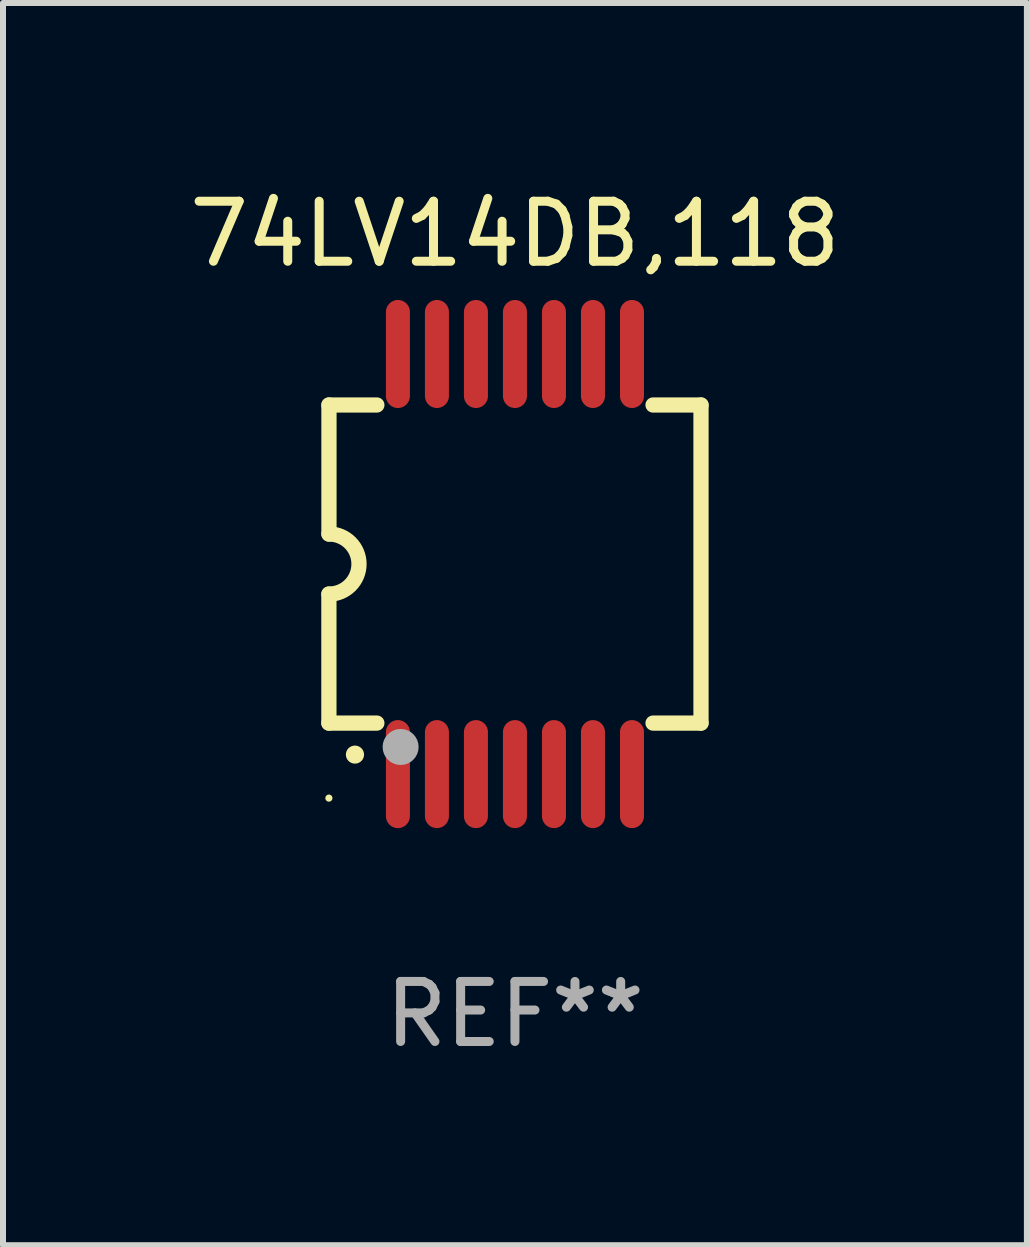
<source format=kicad_pcb>
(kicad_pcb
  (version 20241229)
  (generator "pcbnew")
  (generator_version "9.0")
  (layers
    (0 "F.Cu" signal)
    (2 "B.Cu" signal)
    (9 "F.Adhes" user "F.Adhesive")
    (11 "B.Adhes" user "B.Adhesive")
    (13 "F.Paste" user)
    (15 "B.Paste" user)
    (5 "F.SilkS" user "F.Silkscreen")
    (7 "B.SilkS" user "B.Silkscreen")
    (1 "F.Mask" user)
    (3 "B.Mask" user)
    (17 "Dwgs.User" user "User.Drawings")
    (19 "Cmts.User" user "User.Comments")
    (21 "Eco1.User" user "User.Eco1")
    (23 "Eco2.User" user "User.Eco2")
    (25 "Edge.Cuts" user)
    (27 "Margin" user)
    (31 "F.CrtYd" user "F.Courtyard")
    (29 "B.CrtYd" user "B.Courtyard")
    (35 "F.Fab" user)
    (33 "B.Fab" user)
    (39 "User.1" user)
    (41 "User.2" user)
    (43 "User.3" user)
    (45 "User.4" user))
  (footprint "74LV14DB,118"
    (layer "F.Cu")
    (at 5.53 6.348)
    (property "Reference" "74LV14DB,118" (at 0 -5.5 0) (layer "F.SilkS") (effects (font (size 1 1) (thickness 0.15))))
    (attr through_hole)
    (fp_line (start -3.1 2.65) (end -3.1 0.5) (stroke (width 0.254) (type solid)) (layer "F.SilkS"))
    (fp_line (start -3.099 -2.65) (end -2.301 -2.65) (stroke (width 0.254) (type solid)) (layer "F.SilkS"))
    (fp_line (start -3.099 -0.5) (end -3.099 -2.65) (stroke (width 0.254) (type solid)) (layer "F.SilkS"))
    (fp_line (start -2.301 2.65) (end -3.1 2.65) (stroke (width 0.254) (type solid)) (layer "F.SilkS"))
    (fp_line (start 2.301 -2.65) (end 3.1 -2.65) (stroke (width 0.254) (type solid)) (layer "F.SilkS"))
    (fp_line (start 3.1 -2.65) (end 3.1 2.65) (stroke (width 0.254) (type solid)) (layer "F.SilkS"))
    (fp_line (start 3.1 2.65) (end 2.301 2.65) (stroke (width 0.254) (type solid)) (layer "F.SilkS"))
    (fp_arc (start -3.098806 -0.500381) (mid -2.598806 0) (end -3.098806 0.500381) (stroke (width 0.254001) (type solid)) (layer "F.SilkS"))
    (fp_arc (start -2.667005 3.175006) (mid -2.665735 3.175001) (end -2.664465 3.175006) (stroke (width 0.3) (type solid)) (layer "F.SilkS"))
    (fp_circle (center -3.1 3.9) (end -3.07 3.9) (stroke (width 0.06) (type solid)) (fill no) (layer "F.SilkS"))
    (fp_circle (center -1.905 3.048) (end -1.755 3.048) (stroke (width 0.3) (type solid)) (fill no) (layer "F.Fab"))
    (fp_text user "REF**" (at 0 7.5 0) (layer "F.Fab") (effects (font (size 1 1) (thickness 0.15))))
    (pad "1" smd oval (at -1.95 3.5 270) (size 1.8 0.4) (layers "F.Cu" "F.Mask" "F.Paste"))
    (pad "2" smd oval (at -1.3 3.5 270) (size 1.8 0.4) (layers "F.Cu" "F.Mask" "F.Paste"))
    (pad "3" smd oval (at -0.65 3.5 270) (size 1.8 0.4) (layers "F.Cu" "F.Mask" "F.Paste"))
    (pad "4" smd oval (at 0 3.5 270) (size 1.8 0.4) (layers "F.Cu" "F.Mask" "F.Paste"))
    (pad "5" smd oval (at 0.65 3.5 270) (size 1.8 0.4) (layers "F.Cu" "F.Mask" "F.Paste"))
    (pad "6" smd oval (at 1.3 3.5 270) (size 1.8 0.4) (layers "F.Cu" "F.Mask" "F.Paste"))
    (pad "7" smd oval (at 1.95 3.5 270) (size 1.8 0.4) (layers "F.Cu" "F.Mask" "F.Paste"))
    (pad "8" smd oval (at 1.95 -3.5 90) (size 1.8 0.4) (layers "F.Cu" "F.Mask" "F.Paste"))
    (pad "9" smd oval (at 1.3 -3.5 90) (size 1.8 0.4) (layers "F.Cu" "F.Mask" "F.Paste"))
    (pad "10" smd oval (at 0.65 -3.5 90) (size 1.8 0.4) (layers "F.Cu" "F.Mask" "F.Paste"))
    (pad "11" smd oval (at 0 -3.5 90) (size 1.8 0.4) (layers "F.Cu" "F.Mask" "F.Paste"))
    (pad "12" smd oval (at -0.65 -3.5 90) (size 1.8 0.4) (layers "F.Cu" "F.Mask" "F.Paste"))
    (pad "13" smd oval (at -1.3 -3.5 90) (size 1.8 0.4) (layers "F.Cu" "F.Mask" "F.Paste"))
    (pad "14" smd oval (at -1.95 -3.5 90) (size 1.8 0.4) (layers "F.Cu" "F.Mask" "F.Paste")))
  (gr_rect
    (start -3 -3)
    (end 14.06 17.697)
    (stroke (width 0.1) (type default))
    (fill no)
    (layer "Edge.Cuts")))
</source>
